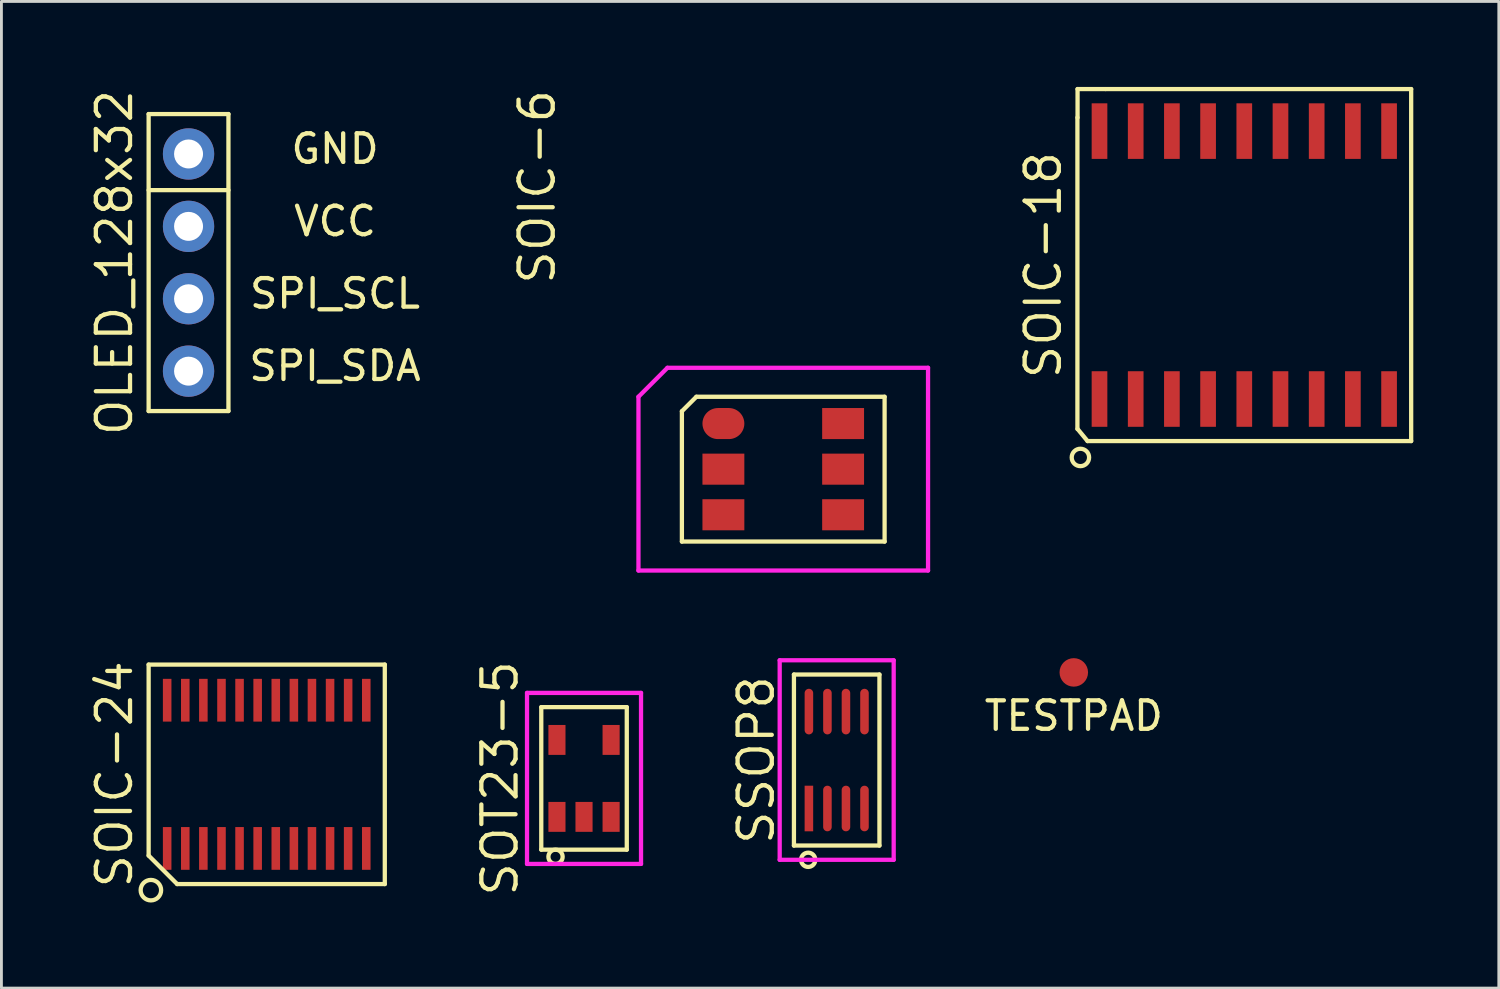
<source format=kicad_pcb>
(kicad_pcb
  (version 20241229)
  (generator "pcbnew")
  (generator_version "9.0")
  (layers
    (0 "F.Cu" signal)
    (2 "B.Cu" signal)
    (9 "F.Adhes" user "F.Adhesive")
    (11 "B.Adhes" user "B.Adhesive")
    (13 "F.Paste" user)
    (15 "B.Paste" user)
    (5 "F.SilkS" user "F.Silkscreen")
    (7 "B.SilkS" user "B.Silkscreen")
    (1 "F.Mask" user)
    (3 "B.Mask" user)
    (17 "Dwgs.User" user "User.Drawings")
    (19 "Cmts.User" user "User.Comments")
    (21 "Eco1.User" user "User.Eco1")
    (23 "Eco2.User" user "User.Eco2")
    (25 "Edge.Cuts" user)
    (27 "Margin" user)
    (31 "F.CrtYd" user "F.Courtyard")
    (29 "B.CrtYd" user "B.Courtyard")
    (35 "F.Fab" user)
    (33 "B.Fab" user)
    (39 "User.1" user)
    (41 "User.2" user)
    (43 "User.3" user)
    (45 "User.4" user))
  (footprint "SOIC-24"
    (layer "F.Cu")
    (at 6.308 24.118)
    (property "Reference" "SOIC-24" (at -5.343 0 90) (layer "F.SilkS") (effects (font (size 1.2 1.2) (thickness 0.15))))
    (attr through_hole)
    (fp_line (start -4.143 -3.85) (end -4.143 2.85) (stroke (width 0.15) (type solid)) (layer "F.SilkS"))
    (fp_line (start -4.143 2.85) (end -3.143 3.85) (stroke (width 0.15) (type solid)) (layer "F.SilkS"))
    (fp_line (start -3.143 3.85) (end 4.143 3.85) (stroke (width 0.15) (type solid)) (layer "F.SilkS"))
    (fp_line (start 4.143 -3.85) (end -4.143 -3.85) (stroke (width 0.15) (type solid)) (layer "F.SilkS"))
    (fp_line (start 4.143 3.85) (end 4.143 -3.85) (stroke (width 0.15) (type solid)) (layer "F.SilkS"))
    (fp_circle (center -4.064 4.064) (end -4.318 4.318) (stroke (width 0.15) (type solid)) (fill no) (layer "F.SilkS"))
    (pad "1" smd rect (at -3.493 2.6) (size 0.3 1.5) (layers "F.Cu" "F.Mask" "F.Paste"))
    (pad "2" smd rect (at -2.857 2.6) (size 0.3 1.5) (layers "F.Cu" "F.Mask" "F.Paste"))
    (pad "3" smd rect (at -2.223 2.6) (size 0.3 1.5) (layers "F.Cu" "F.Mask" "F.Paste"))
    (pad "4" smd rect (at -1.587 2.6) (size 0.3 1.5) (layers "F.Cu" "F.Mask" "F.Paste"))
    (pad "5" smd rect (at -0.953 2.6) (size 0.3 1.5) (layers "F.Cu" "F.Mask" "F.Paste"))
    (pad "6" smd rect (at -0.318 2.6) (size 0.3 1.5) (layers "F.Cu" "F.Mask" "F.Paste"))
    (pad "7" smd rect (at 0.318 2.6) (size 0.3 1.5) (layers "F.Cu" "F.Mask" "F.Paste"))
    (pad "8" smd rect (at 0.953 2.6) (size 0.3 1.5) (layers "F.Cu" "F.Mask" "F.Paste"))
    (pad "9" smd rect (at 1.587 2.6) (size 0.3 1.5) (layers "F.Cu" "F.Mask" "F.Paste"))
    (pad "10" smd rect (at 2.223 2.6) (size 0.3 1.5) (layers "F.Cu" "F.Mask" "F.Paste"))
    (pad "11" smd rect (at 2.857 2.6) (size 0.3 1.5) (layers "F.Cu" "F.Mask" "F.Paste"))
    (pad "12" smd rect (at 3.493 2.6) (size 0.3 1.5) (layers "F.Cu" "F.Mask" "F.Paste"))
    (pad "13" smd rect (at 3.493 -2.6) (size 0.3 1.5) (layers "F.Cu" "F.Mask" "F.Paste"))
    (pad "14" smd rect (at 2.857 -2.6) (size 0.3 1.5) (layers "F.Cu" "F.Mask" "F.Paste"))
    (pad "15" smd rect (at 2.223 -2.6) (size 0.3 1.5) (layers "F.Cu" "F.Mask" "F.Paste"))
    (pad "16" smd rect (at 1.587 -2.6) (size 0.3 1.5) (layers "F.Cu" "F.Mask" "F.Paste"))
    (pad "17" smd rect (at 0.953 -2.6) (size 0.3 1.5) (layers "F.Cu" "F.Mask" "F.Paste"))
    (pad "18" smd rect (at 0.318 -2.6) (size 0.3 1.5) (layers "F.Cu" "F.Mask" "F.Paste"))
    (pad "19" smd rect (at -0.318 -2.6) (size 0.3 1.5) (layers "F.Cu" "F.Mask" "F.Paste"))
    (pad "20" smd rect (at -0.953 -2.6) (size 0.3 1.5) (layers "F.Cu" "F.Mask" "F.Paste"))
    (pad "21" smd rect (at -1.587 -2.6) (size 0.3 1.5) (layers "F.Cu" "F.Mask" "F.Paste"))
    (pad "22" smd rect (at -2.223 -2.6) (size 0.3 1.5) (layers "F.Cu" "F.Mask" "F.Paste"))
    (pad "23" smd rect (at -2.857 -2.6) (size 0.3 1.5) (layers "F.Cu" "F.Mask" "F.Paste"))
    (pad "24" smd rect (at -3.493 -2.6) (size 0.3 1.5) (layers "F.Cu" "F.Mask" "F.Paste")))
  (footprint "OLED_128x32"
    (layer "F.Cu")
    (at 3.625 2.172)
    (property "Reference" "OLED_128x32" (at -2.66 3.99 270) (layer "F.SilkS") (effects (font (size 1.2 1.2) (thickness 0.15))))
    (attr through_hole)
    (fp_line (start -1.46 -1.22) (end 1.34 -1.22) (stroke (width 0.15) (type solid)) (layer "F.SilkS"))
    (fp_line (start -1.46 9.2) (end -1.46 -1.22) (stroke (width 0.15) (type solid)) (layer "F.SilkS"))
    (fp_line (start 1.34 -1.22) (end 1.34 9.2) (stroke (width 0.15) (type solid)) (layer "F.SilkS"))
    (fp_line (start 1.34 1.45) (end -1.46 1.45) (stroke (width 0.15) (type solid)) (layer "F.SilkS"))
    (fp_line (start 1.34 9.2) (end -1.46 9.2) (stroke (width 0.15) (type solid)) (layer "F.SilkS"))
    (fp_text user "GND" (at 5.08 0 0) (layer "F.SilkS") (effects (font (size 1 1) (thickness 0.15))))
    (fp_text user "SPI_SDA" (at 5.08 7.62 0) (layer "F.SilkS") (effects (font (size 1 1) (thickness 0.15))))
    (fp_text user "SPI_SCL" (at 5.08 5.08 0) (layer "F.SilkS") (effects (font (size 1 1) (thickness 0.15))))
    (fp_text user "VCC" (at 5.08 2.54 0) (layer "F.SilkS") (effects (font (size 1 1) (thickness 0.15))))
    (pad "1" thru_hole circle (at -0.06 0.18 270) (size 1.8 1.8) (drill 1.016) (layers "*.Cu" "*.Mask"))
    (pad "2" thru_hole circle (at -0.06 2.72 270) (size 1.8 1.8) (drill 1.016) (layers "*.Cu" "*.Mask"))
    (pad "3" thru_hole circle (at -0.06 5.26 270) (size 1.8 1.8) (drill 1.016) (layers "*.Cu" "*.Mask"))
    (pad "4" thru_hole circle (at -0.06 7.8 270) (size 1.8 1.8) (drill 1.016) (layers "*.Cu" "*.Mask")))
  (footprint "SSOP8"
    (layer "F.Cu")
    (at 26.306 23.617)
    (property "Reference" "SSOP8" (at -2.825 0 90) (layer "F.SilkS") (effects (font (size 1.2 1.2) (thickness 0.15))))
    (attr through_hole)
    (fp_line (start -1.5 -3) (end -1.5 3) (stroke (width 0.15) (type solid)) (layer "F.SilkS"))
    (fp_line (start -1.5 3) (end 1.5 3) (stroke (width 0.15) (type solid)) (layer "F.SilkS"))
    (fp_line (start 1.5 -3) (end -1.5 -3) (stroke (width 0.15) (type solid)) (layer "F.SilkS"))
    (fp_line (start 1.5 3) (end 1.5 -3) (stroke (width 0.15) (type solid)) (layer "F.SilkS"))
    (fp_circle (center -1 3.5) (end -1 3.25) (stroke (width 0.15) (type solid)) (fill no) (layer "F.SilkS"))
    (fp_line (start -2 -3.5) (end -2 3.5) (stroke (width 0.15) (type solid)) (layer "F.CrtYd"))
    (fp_line (start -2 3.5) (end 2 3.5) (stroke (width 0.15) (type solid)) (layer "F.CrtYd"))
    (fp_line (start 2 -3.5) (end -2 -3.5) (stroke (width 0.15) (type solid)) (layer "F.CrtYd"))
    (fp_line (start 2 3.5) (end 2 -3.5) (stroke (width 0.15) (type solid)) (layer "F.CrtYd"))
    (pad "1" smd rect (at -0.975 1.7) (size 0.3 1.6) (layers "F.Cu" "F.Mask" "F.Paste"))
    (pad "2" smd oval (at -0.325 1.7) (size 0.3 1.6) (layers "F.Cu" "F.Mask" "F.Paste"))
    (pad "3" smd oval (at 0.325 1.7) (size 0.3 1.6) (layers "F.Cu" "F.Mask" "F.Paste"))
    (pad "4" smd oval (at 0.975 1.7) (size 0.3 1.6) (layers "F.Cu" "F.Mask" "F.Paste"))
    (pad "5" smd oval (at 0.975 -1.7) (size 0.3 1.6) (layers "F.Cu" "F.Mask" "F.Paste"))
    (pad "6" smd oval (at 0.325 -1.7) (size 0.3 1.6) (layers "F.Cu" "F.Mask" "F.Paste"))
    (pad "7" smd oval (at -0.325 -1.7) (size 0.3 1.6) (layers "F.Cu" "F.Mask" "F.Paste"))
    (pad "8" smd oval (at -0.975 -1.7) (size 0.3 1.6) (layers "F.Cu" "F.Mask" "F.Paste")))
  (footprint "SOIC-6"
    (layer "F.Cu")
    (at 24.431 13.411)
    (property "Reference" "SOIC-6" (at -8.636 -9.906 90) (layer "F.SilkS") (effects (font (size 1.2 1.2) (thickness 0.15))))
    (attr through_hole)
    (fp_line (start -3.556 -2.032) (end -3.048 -2.54) (stroke (width 0.15) (type solid)) (layer "F.SilkS"))
    (fp_line (start -3.556 2.54) (end -3.556 -2.032) (stroke (width 0.15) (type solid)) (layer "F.SilkS"))
    (fp_line (start -3.048 -2.54) (end 3.556 -2.54) (stroke (width 0.15) (type solid)) (layer "F.SilkS"))
    (fp_line (start 3.556 -2.54) (end 3.556 2.54) (stroke (width 0.15) (type solid)) (layer "F.SilkS"))
    (fp_line (start 3.556 2.54) (end -3.556 2.54) (stroke (width 0.15) (type solid)) (layer "F.SilkS"))
    (fp_line (start -5.08 -2.54) (end -5.08 3.556) (stroke (width 0.15) (type solid)) (layer "F.CrtYd"))
    (fp_line (start -5.08 3.556) (end 5.08 3.556) (stroke (width 0.15) (type solid)) (layer "F.CrtYd"))
    (fp_line (start -4.064 -3.556) (end -5.08 -2.54) (stroke (width 0.15) (type solid)) (layer "F.CrtYd"))
    (fp_line (start 5.08 -3.556) (end -4.064 -3.556) (stroke (width 0.15) (type solid)) (layer "F.CrtYd"))
    (fp_line (start 5.08 3.556) (end 5.08 -3.556) (stroke (width 0.15) (type solid)) (layer "F.CrtYd"))
    (pad "1" smd oval (at -2.1 -1.6 270) (size 1.09 1.47) (layers "F.Cu" "F.Mask" "F.Paste"))
    (pad "2" smd rect (at -2.1 0 270) (size 1.09 1.47) (layers "F.Cu" "F.Mask" "F.Paste"))
    (pad "3" smd rect (at -2.1 1.6 270) (size 1.09 1.47) (layers "F.Cu" "F.Mask" "F.Paste"))
    (pad "4" smd rect (at 2.1 1.6 270) (size 1.09 1.47) (layers "F.Cu" "F.Mask" "F.Paste"))
    (pad "5" smd rect (at 2.1 0 270) (size 1.09 1.47) (layers "F.Cu" "F.Mask" "F.Paste"))
    (pad "6" smd rect (at 2.1 -1.6 270) (size 1.09 1.47) (layers "F.Cu" "F.Mask" "F.Paste")))
  (footprint "SOIC-18"
    (layer "F.Cu")
    (at 40.607 6.25)
    (property "Reference" "SOIC-18" (at -7.055 0 90) (layer "F.SilkS") (effects (font (size 1.2 1.2) (thickness 0.15))))
    (attr through_hole)
    (fp_line (start -5.855 -5.175) (end -5.855 5.75) (stroke (width 0.15) (type solid)) (layer "F.SilkS"))
    (fp_line (start -5.85 -5.175) (end -5.85 -6.175) (stroke (width 0.15) (type solid)) (layer "F.SilkS"))
    (fp_line (start -5.5 6.175) (end -5.85 5.75) (stroke (width 0.15) (type solid)) (layer "F.SilkS"))
    (fp_line (start -5.5 6.175) (end 5.855 6.175) (stroke (width 0.15) (type solid)) (layer "F.SilkS"))
    (fp_line (start -4.875 -6.175) (end -5.85 -6.175) (stroke (width 0.15) (type solid)) (layer "F.SilkS"))
    (fp_line (start 5.855 -6.175) (end -4.855 -6.175) (stroke (width 0.15) (type solid)) (layer "F.SilkS"))
    (fp_line (start 5.855 6.175) (end 5.855 -6.175) (stroke (width 0.15) (type solid)) (layer "F.SilkS"))
    (fp_circle (center -5.75 6.75) (end -5.5 6.575) (stroke (width 0.15) (type solid)) (fill no) (layer "F.SilkS"))
    (pad "1" smd rect (at -5.08 4.7) (size 0.55 1.95) (layers "F.Cu" "F.Mask" "F.Paste"))
    (pad "2" smd rect (at -3.81 4.7) (size 0.55 1.95) (layers "F.Cu" "F.Mask" "F.Paste"))
    (pad "3" smd rect (at -2.54 4.7) (size 0.55 1.95) (layers "F.Cu" "F.Mask" "F.Paste"))
    (pad "4" smd rect (at -1.27 4.7) (size 0.55 1.95) (layers "F.Cu" "F.Mask" "F.Paste"))
    (pad "5" smd rect (at 0 4.7) (size 0.55 1.95) (layers "F.Cu" "F.Mask" "F.Paste"))
    (pad "6" smd rect (at 1.27 4.7) (size 0.55 1.95) (layers "F.Cu" "F.Mask" "F.Paste"))
    (pad "7" smd rect (at 2.54 4.7) (size 0.55 1.95) (layers "F.Cu" "F.Mask" "F.Paste"))
    (pad "8" smd rect (at 3.81 4.7) (size 0.55 1.95) (layers "F.Cu" "F.Mask" "F.Paste"))
    (pad "9" smd rect (at 5.08 4.7) (size 0.55 1.95) (layers "F.Cu" "F.Mask" "F.Paste"))
    (pad "10" smd rect (at 5.08 -4.7) (size 0.55 1.95) (layers "F.Cu" "F.Mask" "F.Paste"))
    (pad "11" smd rect (at 3.81 -4.7) (size 0.55 1.95) (layers "F.Cu" "F.Mask" "F.Paste"))
    (pad "12" smd rect (at 2.54 -4.7) (size 0.55 1.95) (layers "F.Cu" "F.Mask" "F.Paste"))
    (pad "13" smd rect (at 1.27 -4.7) (size 0.55 1.95) (layers "F.Cu" "F.Mask" "F.Paste"))
    (pad "14" smd rect (at 0 -4.7) (size 0.55 1.95) (layers "F.Cu" "F.Mask" "F.Paste"))
    (pad "15" smd rect (at -1.27 -4.7) (size 0.55 1.95) (layers "F.Cu" "F.Mask" "F.Paste"))
    (pad "16" smd rect (at -2.54 -4.7) (size 0.55 1.95) (layers "F.Cu" "F.Mask" "F.Paste"))
    (pad "17" smd rect (at -3.81 -4.7) (size 0.55 1.95) (layers "F.Cu" "F.Mask" "F.Paste"))
    (pad "18" smd rect (at -5.08 -4.7) (size 0.55 1.95) (layers "F.Cu" "F.Mask" "F.Paste")))
  (footprint "SOT23-5"
    (layer "F.Cu")
    (at 17.441 24.261)
    (property "Reference" "SOT23-5" (at -2.95 0 90) (layer "F.SilkS") (effects (font (size 1.2 1.2) (thickness 0.15))))
    (attr through_hole)
    (fp_line (start -1.5 -2.5) (end 1.5 -2.5) (stroke (width 0.15) (type solid)) (layer "F.SilkS"))
    (fp_line (start -1.5 2.5) (end -1.5 -2.5) (stroke (width 0.15) (type solid)) (layer "F.SilkS"))
    (fp_line (start 1.5 -2.5) (end 1.5 2.5) (stroke (width 0.15) (type solid)) (layer "F.SilkS"))
    (fp_line (start 1.5 2.5) (end -1.5 2.5) (stroke (width 0.15) (type solid)) (layer "F.SilkS"))
    (fp_circle (center -1 2.75) (end -1 2.5) (stroke (width 0.15) (type solid)) (fill no) (layer "F.SilkS"))
    (fp_line (start -2 -3) (end -2 3) (stroke (width 0.15) (type solid)) (layer "F.CrtYd"))
    (fp_line (start -2 3) (end 2 3) (stroke (width 0.15) (type solid)) (layer "F.CrtYd"))
    (fp_line (start 2 -3) (end -2 -3) (stroke (width 0.15) (type solid)) (layer "F.CrtYd"))
    (fp_line (start 2 3) (end 2 -3) (stroke (width 0.15) (type solid)) (layer "F.CrtYd"))
    (pad "1" smd rect (at -0.95 1.35) (size 0.6 1.05) (layers "F.Cu" "F.Mask" "F.Paste"))
    (pad "2" smd rect (at 0 1.35) (size 0.6 1.05) (layers "F.Cu" "F.Mask" "F.Paste"))
    (pad "3" smd rect (at 0.95 1.35) (size 0.6 1.05) (layers "F.Cu" "F.Mask" "F.Paste"))
    (pad "4" smd rect (at 0.95 -1.35) (size 0.6 1.05) (layers "F.Cu" "F.Mask" "F.Paste"))
    (pad "5" smd rect (at -0.95 -1.35) (size 0.6 1.05) (layers "F.Cu" "F.Mask" "F.Paste")))
  (footprint "TESTPAD"
    (layer "F.Cu")
    (at 34.625 20.542)
    (property "Reference" "TESTPAD" (at 0 1.524 0) (layer "F.SilkS") (effects (font (size 1 1) (thickness 0.15))))
    (attr through_hole)
    (pad "1" smd circle (at 0 0 270) (size 1 1) (layers "F.Cu" "F.Mask" "F.Paste")))
  (gr_rect
    (start -3 -3)
    (end 49.537 31.617)
    (stroke (width 0.1) (type default))
    (fill no)
    (layer "Edge.Cuts")))
</source>
